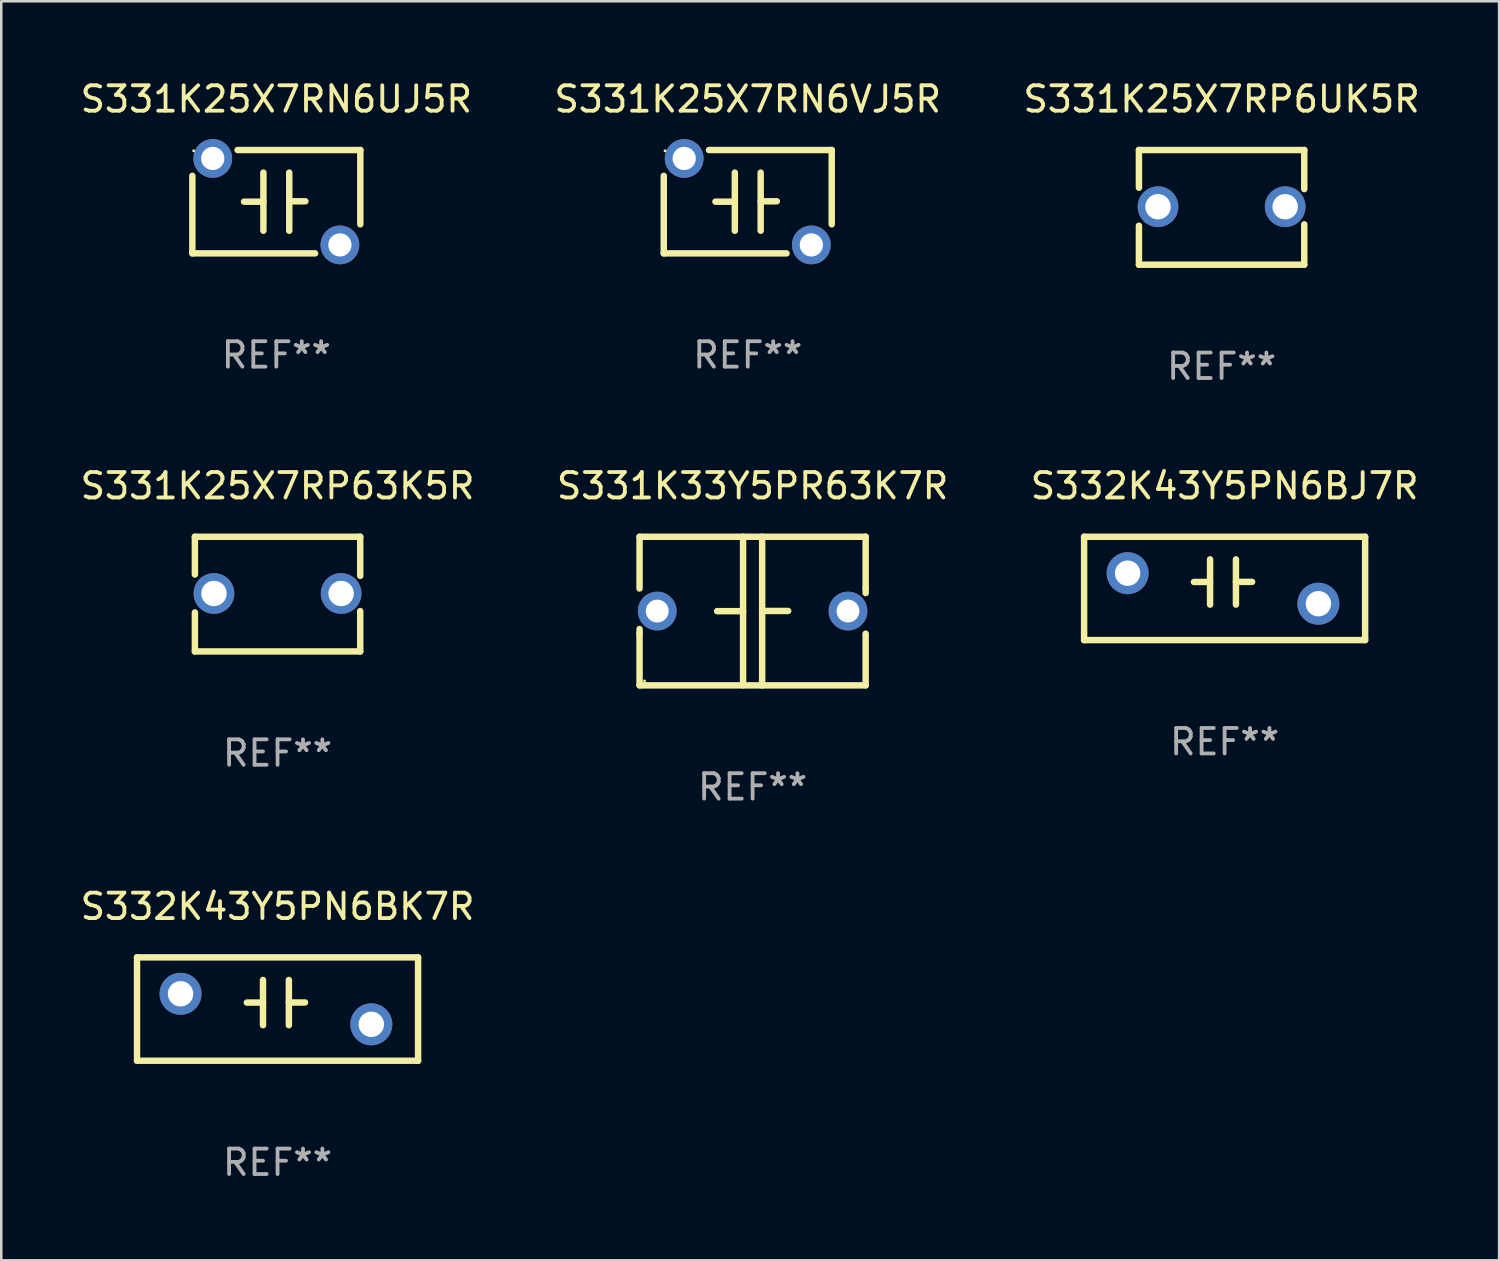
<source format=kicad_pcb>
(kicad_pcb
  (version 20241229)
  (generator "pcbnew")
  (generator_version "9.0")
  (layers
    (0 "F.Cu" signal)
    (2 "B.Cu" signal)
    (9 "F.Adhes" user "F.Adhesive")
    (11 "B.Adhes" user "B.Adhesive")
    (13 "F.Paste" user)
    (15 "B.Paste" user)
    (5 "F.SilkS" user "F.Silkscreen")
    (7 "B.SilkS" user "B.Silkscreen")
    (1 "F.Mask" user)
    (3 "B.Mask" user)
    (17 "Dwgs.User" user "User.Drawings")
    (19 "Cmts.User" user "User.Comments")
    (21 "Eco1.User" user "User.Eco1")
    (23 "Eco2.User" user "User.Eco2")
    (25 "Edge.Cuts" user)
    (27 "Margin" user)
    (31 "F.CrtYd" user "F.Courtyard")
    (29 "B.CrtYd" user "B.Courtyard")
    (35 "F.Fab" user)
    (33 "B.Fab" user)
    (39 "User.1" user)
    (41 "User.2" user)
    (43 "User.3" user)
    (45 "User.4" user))
  (footprint "S332K43Y5PN6BK7R"
    (layer "F.Cu")
    (at 7.863 36.625)
    (property "Reference" "S332K43Y5PN6BK7R" (at 0 -4.032 0) (layer "F.SilkS") (effects (font (size 1 1) (thickness 0.15))))
    (attr through_hole)
    (fp_line (start -5.525 -2.032) (end 5.525 -2.032) (stroke (width 0.254) (type solid)) (layer "F.SilkS"))
    (fp_line (start -5.525 2.032) (end -5.525 -2.032) (stroke (width 0.254) (type solid)) (layer "F.SilkS"))
    (fp_line (start -1.207 -0.254) (end -0.572 -0.254) (stroke (width 0.254) (type solid)) (layer "F.SilkS"))
    (fp_line (start -0.572 0.635) (end -0.572 -1.143) (stroke (width 0.254) (type solid)) (layer "F.SilkS"))
    (fp_line (start 0.445 -0.258) (end 1.08 -0.258) (stroke (width 0.254) (type solid)) (layer "F.SilkS"))
    (fp_line (start 0.445 0.635) (end 0.445 -1.143) (stroke (width 0.254) (type solid)) (layer "F.SilkS"))
    (fp_line (start 5.525 -2.032) (end 5.525 2.032) (stroke (width 0.254) (type solid)) (layer "F.SilkS"))
    (fp_line (start 5.525 2.032) (end -5.525 2.032) (stroke (width 0.254) (type solid)) (layer "F.SilkS"))
    (fp_circle (center -5.564 -2) (end -5.534 -2) (stroke (width 0.06) (type solid)) (fill no) (layer "F.SilkS"))
    (fp_text user "REF**" (at 0 6.032 0) (layer "F.Fab") (effects (font (size 1 1) (thickness 0.15))))
    (pad "1" thru_hole circle (at -3.814 -0.6) (size 1.65 1.65) (drill 1) (layers "*.Cu" "*.Mask"))
    (pad "2" thru_hole circle (at 3.687 0.6) (size 1.65 1.65) (drill 1) (layers "*.Cu" "*.Mask")))
  (footprint "S331K25X7RN6UJ5R"
    (layer "F.Cu")
    (at 7.815 4.88)
    (property "Reference" "S331K25X7RN6UJ5R" (at 0 -4.032 0) (layer "F.SilkS") (effects (font (size 1 1) (thickness 0.15))))
    (attr through_hole)
    (fp_line (start -3.302 2.032) (end -3.302 -1.016) (stroke (width 0.254) (type solid)) (layer "F.SilkS"))
    (fp_line (start -3.302 2.032) (end 1.524 2.032) (stroke (width 0.254) (type solid)) (layer "F.SilkS"))
    (fp_line (start -1.524 -2.032) (end 3.302 -2.032) (stroke (width 0.254) (type solid)) (layer "F.SilkS"))
    (fp_line (start -1.27 0) (end -0.508 0) (stroke (width 0.254) (type solid)) (layer "F.SilkS"))
    (fp_line (start -0.508 1.143) (end -0.508 -1.143) (stroke (width 0.254) (type solid)) (layer "F.SilkS"))
    (fp_line (start 0.508 -0.016) (end 1.143 -0.016) (stroke (width 0.254) (type solid)) (layer "F.SilkS"))
    (fp_line (start 0.508 1.143) (end 0.508 -1.143) (stroke (width 0.254) (type solid)) (layer "F.SilkS"))
    (fp_line (start 3.302 -2.032) (end 3.302 0.889) (stroke (width 0.254) (type solid)) (layer "F.SilkS"))
    (fp_circle (center -3.25 -2) (end -3.22 -2) (stroke (width 0.06) (type solid)) (fill no) (layer "F.SilkS"))
    (fp_text user "REF**" (at 0 6.032 0) (layer "F.Fab") (effects (font (size 1 1) (thickness 0.15))))
    (pad "1" thru_hole circle (at -2.5 -1.7) (size 1.524 1.524) (drill 0.914) (layers "*.Cu" "*.Mask"))
    (pad "2" thru_hole circle (at 2.5 1.7) (size 1.524 1.524) (drill 0.914) (layers "*.Cu" "*.Mask")))
  (footprint "S331K25X7RN6VJ5R"
    (layer "F.Cu")
    (at 26.351 4.88)
    (property "Reference" "S331K25X7RN6VJ5R" (at 0 -4.032 0) (layer "F.SilkS") (effects (font (size 1 1) (thickness 0.15))))
    (attr through_hole)
    (fp_line (start -3.302 2.032) (end -3.302 -1.016) (stroke (width 0.254) (type solid)) (layer "F.SilkS"))
    (fp_line (start -3.302 2.032) (end 1.524 2.032) (stroke (width 0.254) (type solid)) (layer "F.SilkS"))
    (fp_line (start -1.524 -2.032) (end 3.302 -2.032) (stroke (width 0.254) (type solid)) (layer "F.SilkS"))
    (fp_line (start -1.27 0) (end -0.508 0) (stroke (width 0.254) (type solid)) (layer "F.SilkS"))
    (fp_line (start -0.508 1.143) (end -0.508 -1.143) (stroke (width 0.254) (type solid)) (layer "F.SilkS"))
    (fp_line (start 0.508 -0.016) (end 1.143 -0.016) (stroke (width 0.254) (type solid)) (layer "F.SilkS"))
    (fp_line (start 0.508 1.143) (end 0.508 -1.143) (stroke (width 0.254) (type solid)) (layer "F.SilkS"))
    (fp_line (start 3.302 -2.032) (end 3.302 0.889) (stroke (width 0.254) (type solid)) (layer "F.SilkS"))
    (fp_circle (center -3.25 -2) (end -3.22 -2) (stroke (width 0.06) (type solid)) (fill no) (layer "F.SilkS"))
    (fp_text user "REF**" (at 0 6.032 0) (layer "F.Fab") (effects (font (size 1 1) (thickness 0.15))))
    (pad "1" thru_hole circle (at -2.5 -1.7) (size 1.524 1.524) (drill 0.914) (layers "*.Cu" "*.Mask"))
    (pad "2" thru_hole circle (at 2.5 1.7) (size 1.524 1.524) (drill 0.914) (layers "*.Cu" "*.Mask")))
  (footprint "S331K25X7RP63K5R"
    (layer "F.Cu")
    (at 7.863 20.31)
    (property "Reference" "S331K25X7RP63K5R" (at 0 -4.255 0) (layer "F.SilkS") (effects (font (size 1 1) (thickness 0.15))))
    (attr through_hole)
    (fp_line (start -3.25 -2.255) (end -3.25 -0.772) (stroke (width 0.254) (type solid)) (layer "F.SilkS"))
    (fp_line (start -3.25 -2.255) (end 3.25 -2.255) (stroke (width 0.254) (type solid)) (layer "F.SilkS"))
    (fp_line (start -3.25 0.722) (end -3.25 2.255) (stroke (width 0.254) (type solid)) (layer "F.SilkS"))
    (fp_line (start 3.25 -2.255) (end 3.25 -0.718) (stroke (width 0.254) (type solid)) (layer "F.SilkS"))
    (fp_line (start 3.25 0.668) (end 3.25 2.255) (stroke (width 0.254) (type solid)) (layer "F.SilkS"))
    (fp_line (start 3.25 2.255) (end -3.25 2.255) (stroke (width 0.254) (type solid)) (layer "F.SilkS"))
    (fp_circle (center -3.25 2.225) (end -3.22 2.225) (stroke (width 0.06) (type solid)) (fill no) (layer "F.SilkS"))
    (fp_text user "REF**" (at 0 6.255 0) (layer "F.Fab") (effects (font (size 1 1) (thickness 0.15))))
    (pad "1" thru_hole circle (at -2.5 -0.025) (size 1.6 1.6) (drill 1) (layers "*.Cu" "*.Mask"))
    (pad "2" thru_hole circle (at 2.5 -0.025) (size 1.6 1.6) (drill 1) (layers "*.Cu" "*.Mask")))
  (footprint "S331K33Y5PR63K7R"
    (layer "F.Cu")
    (at 26.542 20.976)
    (property "Reference" "S331K33Y5PR63K7R" (at 0 -4.921 0) (layer "F.SilkS") (effects (font (size 1 1) (thickness 0.15))))
    (attr through_hole)
    (fp_line (start -4.445 -2.921) (end 4.445 -2.921) (stroke (width 0.254) (type solid)) (layer "F.SilkS"))
    (fp_line (start -4.445 -0.889) (end -4.445 -2.921) (stroke (width 0.254) (type solid)) (layer "F.SilkS"))
    (fp_line (start -4.445 0.889) (end -4.445 0.708) (stroke (width 0.254) (type solid)) (layer "F.SilkS"))
    (fp_line (start -4.445 2.921) (end -4.445 0.889) (stroke (width 0.254) (type solid)) (layer "F.SilkS"))
    (fp_line (start -0.375 0.004) (end -1.397 0.004) (stroke (width 0.254) (type solid)) (layer "F.SilkS"))
    (fp_line (start -0.375 2.921) (end -0.375 -2.921) (stroke (width 0.254) (type solid)) (layer "F.SilkS"))
    (fp_line (start 0.375 -2.921) (end 0.375 2.921) (stroke (width 0.254) (type solid)) (layer "F.SilkS"))
    (fp_line (start 0.375 -0.004) (end 1.397 -0.004) (stroke (width 0.254) (type solid)) (layer "F.SilkS"))
    (fp_line (start 4.445 -2.921) (end 4.445 -0.889) (stroke (width 0.254) (type solid)) (layer "F.SilkS"))
    (fp_line (start 4.445 -0.889) (end 4.445 -0.708) (stroke (width 0.254) (type solid)) (layer "F.SilkS"))
    (fp_line (start 4.445 0.889) (end 4.445 2.921) (stroke (width 0.254) (type solid)) (layer "F.SilkS"))
    (fp_line (start 4.445 2.921) (end -4.445 2.921) (stroke (width 0.254) (type solid)) (layer "F.SilkS"))
    (fp_circle (center -4.25 2.75) (end -4.22 2.75) (stroke (width 0.06) (type solid)) (fill no) (layer "F.SilkS"))
    (fp_text user "REF**" (at 0 6.921 0) (layer "F.Fab") (effects (font (size 1 1) (thickness 0.15))))
    (pad "1" thru_hole circle (at -3.75 0) (size 1.524 1.524) (drill 0.9) (layers "*.Cu" "*.Mask"))
    (pad "2" thru_hole circle (at 3.75 0) (size 1.524 1.524) (drill 0.9) (layers "*.Cu" "*.Mask")))
  (footprint "S331K25X7RP6UK5R"
    (layer "F.Cu")
    (at 44.982 5.103)
    (property "Reference" "S331K25X7RP6UK5R" (at 0 -4.255 0) (layer "F.SilkS") (effects (font (size 1 1) (thickness 0.15))))
    (attr through_hole)
    (fp_line (start -3.25 -2.255) (end -3.25 -0.772) (stroke (width 0.254) (type solid)) (layer "F.SilkS"))
    (fp_line (start -3.25 -2.255) (end 3.25 -2.255) (stroke (width 0.254) (type solid)) (layer "F.SilkS"))
    (fp_line (start -3.25 0.722) (end -3.25 2.255) (stroke (width 0.254) (type solid)) (layer "F.SilkS"))
    (fp_line (start 3.25 -2.255) (end 3.25 -0.718) (stroke (width 0.254) (type solid)) (layer "F.SilkS"))
    (fp_line (start 3.25 0.668) (end 3.25 2.255) (stroke (width 0.254) (type solid)) (layer "F.SilkS"))
    (fp_line (start 3.25 2.255) (end -3.25 2.255) (stroke (width 0.254) (type solid)) (layer "F.SilkS"))
    (fp_circle (center -3.25 2.225) (end -3.22 2.225) (stroke (width 0.06) (type solid)) (fill no) (layer "F.SilkS"))
    (fp_text user "REF**" (at 0 6.255 0) (layer "F.Fab") (effects (font (size 1 1) (thickness 0.15))))
    (pad "1" thru_hole circle (at -2.5 -0.025) (size 1.6 1.6) (drill 1) (layers "*.Cu" "*.Mask"))
    (pad "2" thru_hole circle (at 2.5 -0.025) (size 1.6 1.6) (drill 1) (layers "*.Cu" "*.Mask")))
  (footprint "S332K43Y5PN6BJ7R"
    (layer "F.Cu")
    (at 45.101 20.087)
    (property "Reference" "S332K43Y5PN6BJ7R" (at 0 -4.032 0) (layer "F.SilkS") (effects (font (size 1 1) (thickness 0.15))))
    (attr through_hole)
    (fp_line (start -5.525 -2.032) (end 5.525 -2.032) (stroke (width 0.254) (type solid)) (layer "F.SilkS"))
    (fp_line (start -5.525 2.032) (end -5.525 -2.032) (stroke (width 0.254) (type solid)) (layer "F.SilkS"))
    (fp_line (start -1.207 -0.254) (end -0.572 -0.254) (stroke (width 0.254) (type solid)) (layer "F.SilkS"))
    (fp_line (start -0.572 0.635) (end -0.572 -1.143) (stroke (width 0.254) (type solid)) (layer "F.SilkS"))
    (fp_line (start 0.445 -0.258) (end 1.08 -0.258) (stroke (width 0.254) (type solid)) (layer "F.SilkS"))
    (fp_line (start 0.445 0.635) (end 0.445 -1.143) (stroke (width 0.254) (type solid)) (layer "F.SilkS"))
    (fp_line (start 5.525 -2.032) (end 5.525 2.032) (stroke (width 0.254) (type solid)) (layer "F.SilkS"))
    (fp_line (start 5.525 2.032) (end -5.525 2.032) (stroke (width 0.254) (type solid)) (layer "F.SilkS"))
    (fp_circle (center -5.564 -2) (end -5.534 -2) (stroke (width 0.06) (type solid)) (fill no) (layer "F.SilkS"))
    (fp_text user "REF**" (at 0 6.032 0) (layer "F.Fab") (effects (font (size 1 1) (thickness 0.15))))
    (pad "1" thru_hole circle (at -3.814 -0.6) (size 1.65 1.65) (drill 1) (layers "*.Cu" "*.Mask"))
    (pad "2" thru_hole circle (at 3.687 0.6) (size 1.65 1.65) (drill 1) (layers "*.Cu" "*.Mask")))
  (gr_rect
    (start -3 -3)
    (end 55.893 46.506)
    (stroke (width 0.1) (type default))
    (fill no)
    (layer "Edge.Cuts")))
</source>
